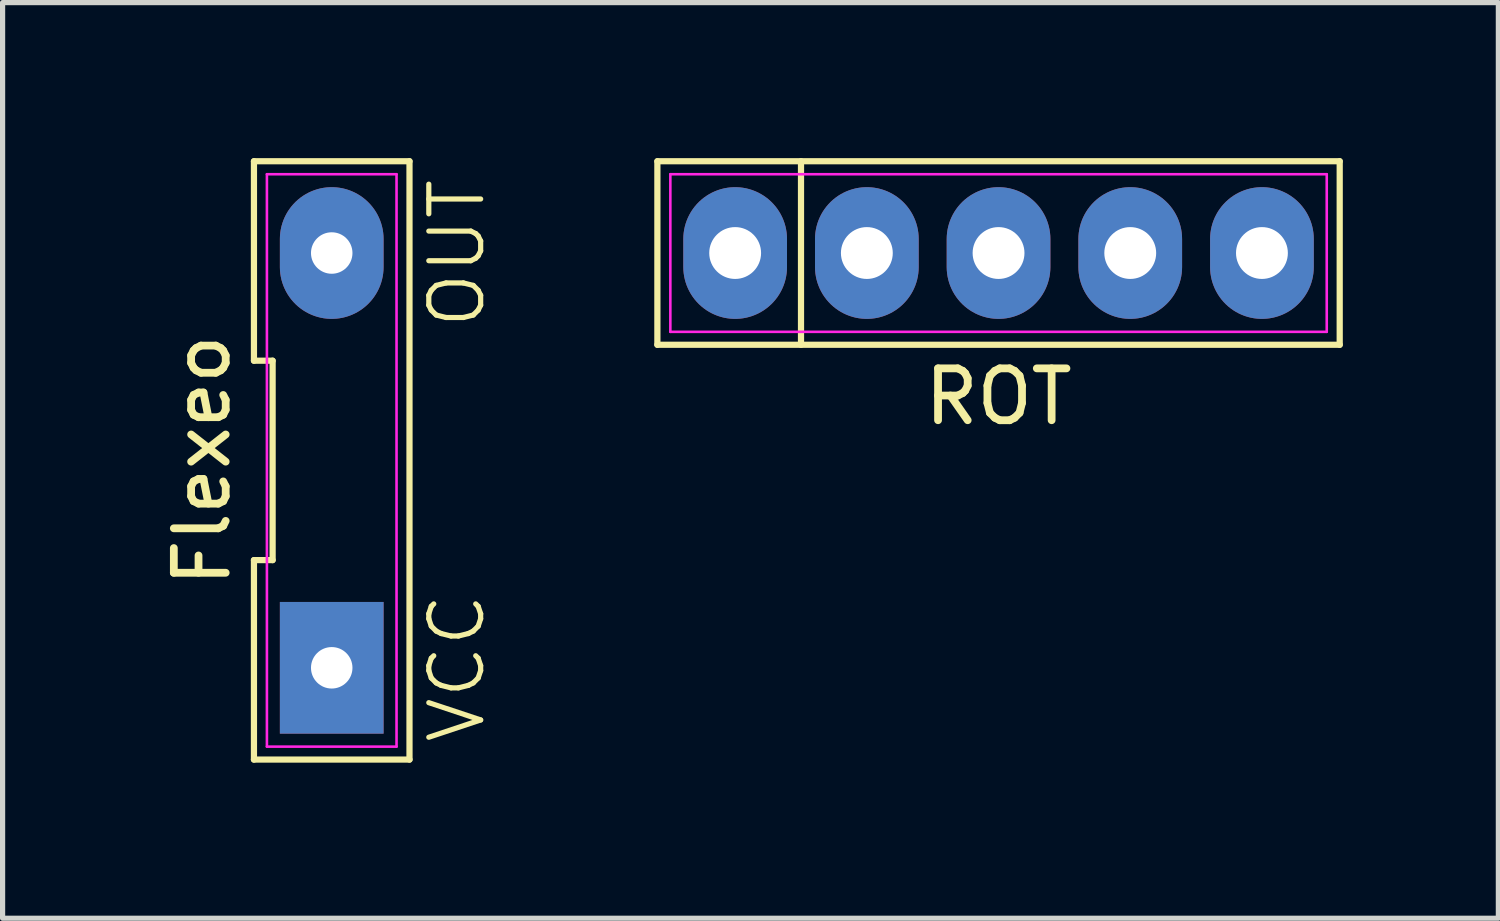
<source format=kicad_pcb>
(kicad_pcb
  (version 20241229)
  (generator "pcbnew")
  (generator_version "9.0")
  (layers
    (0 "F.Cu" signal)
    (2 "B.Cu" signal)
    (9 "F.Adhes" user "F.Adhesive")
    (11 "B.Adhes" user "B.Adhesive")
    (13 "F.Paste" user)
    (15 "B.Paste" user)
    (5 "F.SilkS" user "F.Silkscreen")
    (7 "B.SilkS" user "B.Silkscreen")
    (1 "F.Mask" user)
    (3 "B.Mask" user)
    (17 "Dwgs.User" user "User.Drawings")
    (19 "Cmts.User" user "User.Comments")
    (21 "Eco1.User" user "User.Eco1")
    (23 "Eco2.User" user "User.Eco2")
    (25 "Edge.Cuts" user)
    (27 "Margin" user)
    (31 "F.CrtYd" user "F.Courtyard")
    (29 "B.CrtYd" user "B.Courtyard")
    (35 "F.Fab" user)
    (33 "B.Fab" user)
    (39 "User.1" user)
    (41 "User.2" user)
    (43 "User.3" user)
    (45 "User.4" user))
  (footprint "Flexeo"
    (layer "F.Cu")
    (at 3.348 5.83)
    (property "Reference" "Flexeo" (at -2.5 0 90) (unlocked yes) (layer "F.SilkS") (effects (font (size 1 1) (thickness 0.15))))
    (attr through_hole)
    (fp_line (start -1.5 1.923) (end -1.5 5.77) (stroke (width 0.12) (type default)) (layer "F.SilkS"))
    (fp_line (start -1.5 5.77) (end 1.5 5.77) (stroke (width 0.12) (type default)) (layer "F.SilkS"))
    (fp_line (start -1.5 -5.77) (end -1.5 -1.923) (stroke (width 0.12) (type default)) (layer "F.SilkS"))
    (fp_line (start -1.5 -1.923) (end -1.14 -1.923) (stroke (width 0.12) (type default)) (layer "F.SilkS"))
    (fp_line (start -1.14 1.923) (end -1.5 1.923) (stroke (width 0.12) (type default)) (layer "F.SilkS"))
    (fp_line (start -1.14 -1.923) (end -1.14 1.923) (stroke (width 0.12) (type default)) (layer "F.SilkS"))
    (fp_line (start 1.5 5.77) (end 1.5 -5.77) (stroke (width 0.12) (type default)) (layer "F.SilkS"))
    (fp_line (start 1.5 -5.77) (end -1.5 -5.77) (stroke (width 0.12) (type default)) (layer "F.SilkS"))
    (fp_line (start -1.25 -5.52) (end 1.25 -5.52) (stroke (width 0.05) (type default)) (layer "F.CrtYd"))
    (fp_line (start -1.25 5.52) (end -1.25 -5.52) (stroke (width 0.05) (type default)) (layer "F.CrtYd"))
    (fp_line (start 1.25 -5.52) (end 1.25 5.52) (stroke (width 0.05) (type default)) (layer "F.CrtYd"))
    (fp_line (start 1.25 5.52) (end -1.25 5.52) (stroke (width 0.05) (type default)) (layer "F.CrtYd"))
    (fp_text user "VCC" (at 3 5.5 90) (unlocked yes) (layer "F.SilkS") (effects (font (size 1 1) (thickness 0.1)) (justify left bottom)))
    (fp_text user "OUT" (at 3 -2.5 90) (unlocked yes) (layer "F.SilkS") (effects (font (size 1 1) (thickness 0.1)) (justify left bottom)))
    (pad "1" thru_hole rect (at 0 4) (size 2 2.54) (drill 0.8) (layers "*.Cu" "*.Mask"))
    (pad "2" thru_hole oval (at 0 -4) (size 2 2.54) (drill 0.8) (layers "*.Cu" "*.Mask")))
  (footprint "ROT"
    (layer "F.Cu")
    (at 16.209 1.83)
    (property "Reference" "ROT" (at 0 2.77 0) (unlocked yes) (layer "F.SilkS") (effects (font (size 1 1) (thickness 0.15))))
    (attr through_hole)
    (fp_line (start -6.58 -1.77) (end 6.58 -1.77) (stroke (width 0.12) (type default)) (layer "F.SilkS"))
    (fp_line (start -6.58 1.77) (end -6.58 -1.77) (stroke (width 0.12) (type default)) (layer "F.SilkS"))
    (fp_line (start -3.81 -1.77) (end -3.81 1.77) (stroke (width 0.12) (type default)) (layer "F.SilkS"))
    (fp_line (start 6.58 -1.77) (end 6.58 1.77) (stroke (width 0.12) (type default)) (layer "F.SilkS"))
    (fp_line (start 6.58 1.77) (end -6.58 1.77) (stroke (width 0.12) (type default)) (layer "F.SilkS"))
    (fp_line (start -6.33 -1.52) (end 6.33 -1.52) (stroke (width 0.05) (type default)) (layer "F.CrtYd"))
    (fp_line (start -6.33 1.52) (end -6.33 -1.52) (stroke (width 0.05) (type default)) (layer "F.CrtYd"))
    (fp_line (start 6.33 -1.52) (end 6.33 1.52) (stroke (width 0.05) (type default)) (layer "F.CrtYd"))
    (fp_line (start 6.33 1.52) (end -6.33 1.52) (stroke (width 0.05) (type default)) (layer "F.CrtYd"))
    (pad "1" thru_hole oval (at -5.08 0) (size 2 2.54) (drill 1) (layers "*.Cu" "*.Mask"))
    (pad "2" thru_hole oval (at -2.54 0) (size 2 2.54) (drill 1) (layers "*.Cu" "*.Mask"))
    (pad "3" thru_hole oval (at 0 0) (size 2 2.54) (drill 1) (layers "*.Cu" "*.Mask"))
    (pad "4" thru_hole oval (at 2.54 0) (size 2 2.54) (drill 1) (layers "*.Cu" "*.Mask"))
    (pad "5" thru_hole oval (at 5.08 0) (size 2 2.54) (drill 1) (layers "*.Cu" "*.Mask")))
  (gr_rect
    (start -3 -3)
    (end 25.849 14.66)
    (stroke (width 0.1) (type default))
    (fill no)
    (layer "Edge.Cuts")))
</source>
